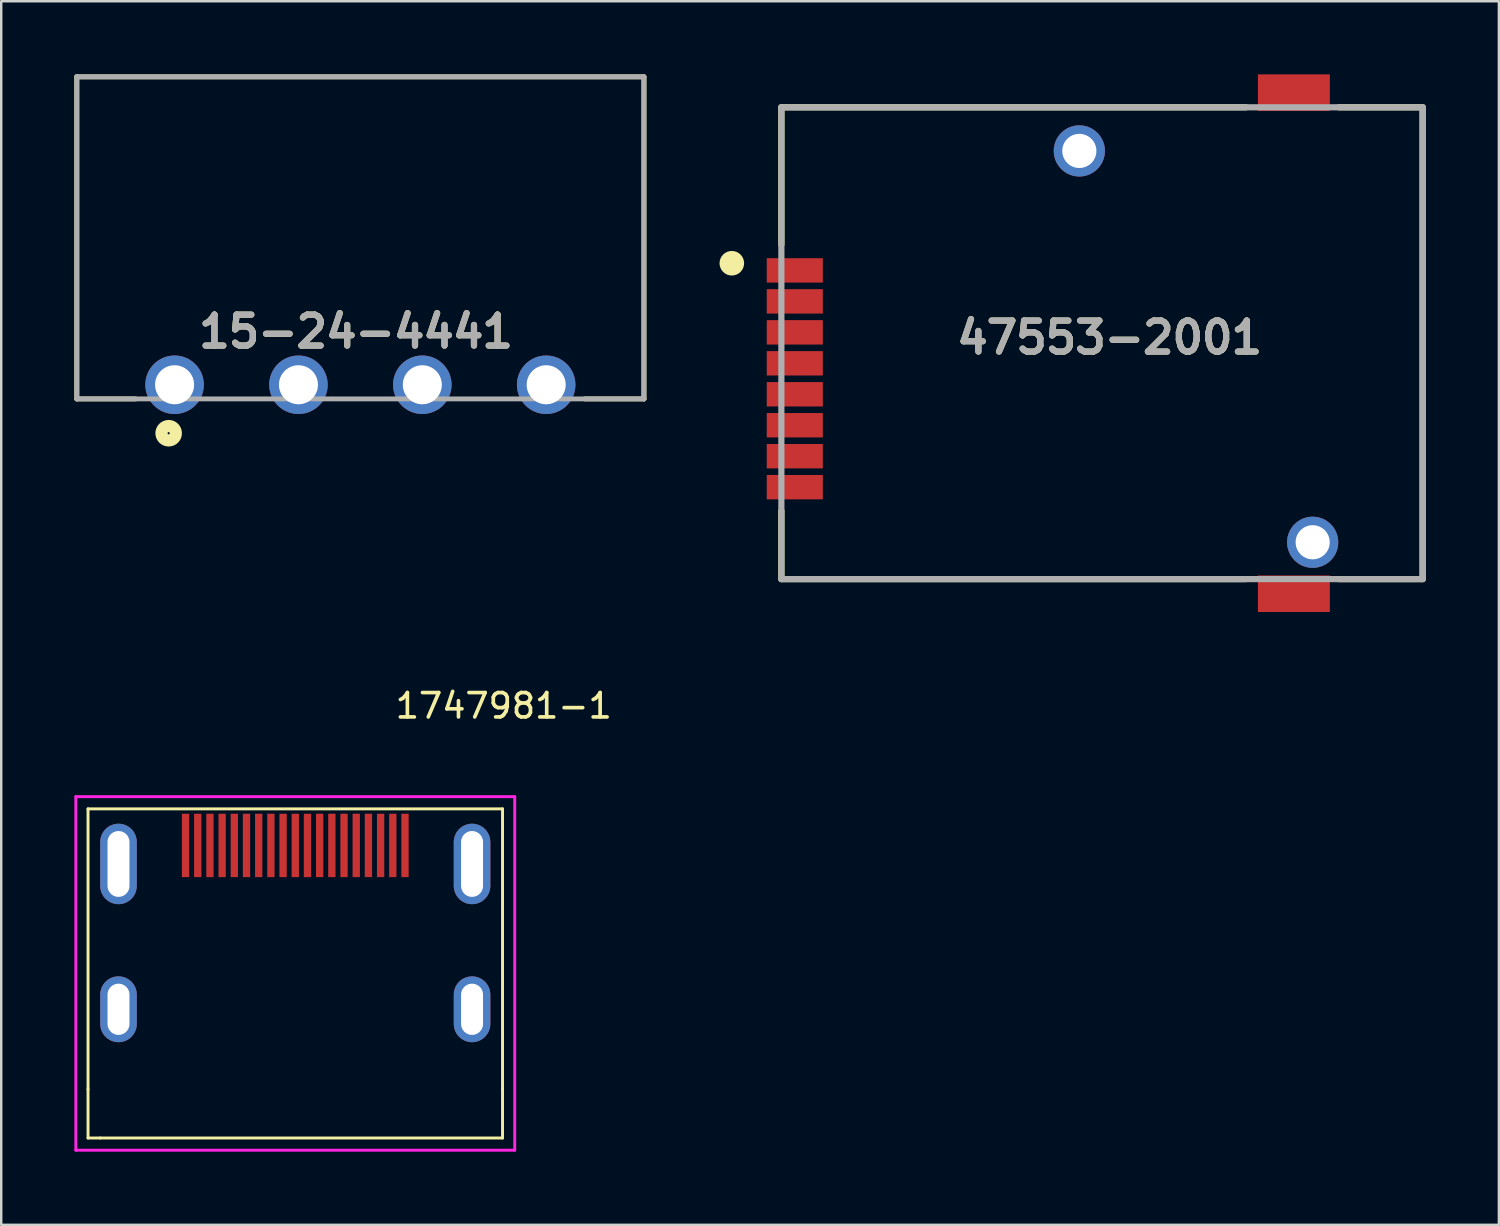
<source format=kicad_pcb>
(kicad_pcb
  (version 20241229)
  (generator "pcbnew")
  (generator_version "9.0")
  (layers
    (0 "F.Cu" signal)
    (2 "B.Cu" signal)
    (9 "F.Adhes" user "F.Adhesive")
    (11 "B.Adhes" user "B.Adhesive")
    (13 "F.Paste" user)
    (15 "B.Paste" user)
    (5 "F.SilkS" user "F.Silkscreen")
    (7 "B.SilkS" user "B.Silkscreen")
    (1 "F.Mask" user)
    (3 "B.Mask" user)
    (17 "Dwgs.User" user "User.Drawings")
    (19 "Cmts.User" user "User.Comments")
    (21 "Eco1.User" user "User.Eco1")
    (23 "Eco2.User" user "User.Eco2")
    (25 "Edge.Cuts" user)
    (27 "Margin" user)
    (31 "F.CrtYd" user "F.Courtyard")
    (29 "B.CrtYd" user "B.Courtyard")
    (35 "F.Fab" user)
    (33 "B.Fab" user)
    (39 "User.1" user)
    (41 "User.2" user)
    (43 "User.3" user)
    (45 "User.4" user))
  (footprint "15-24-4441"
    (layer "F.Cu")
    (at 11.73 12.73)
    (property "Reference" "15-24-4441" (at -0.179 -2.181 0) (layer "F.SilkS") (effects (font (size 1.27 1.27) (thickness 0.254))))
    (attr through_hole)
    (fp_line (start -11.63 -12.63) (end 11.63 -12.63) (stroke (width 0.2) (type solid)) (layer "F.SilkS"))
    (fp_line (start -11.63 0.58) (end -11.63 -12.63) (stroke (width 0.2) (type solid)) (layer "F.SilkS"))
    (fp_line (start -11.63 0.58) (end -9.22 0.58) (stroke (width 0.2) (type solid)) (layer "F.SilkS"))
    (fp_line (start 11.63 -12.63) (end 11.63 0.58) (stroke (width 0.2) (type solid)) (layer "F.SilkS"))
    (fp_line (start 11.63 0.58) (end 9.2 0.58) (stroke (width 0.2) (type solid)) (layer "F.SilkS"))
    (fp_circle (center -7.863 1.988) (end -7.863 2.283) (stroke (width 0.5) (type solid)) (fill no) (layer "F.SilkS"))
    (fp_line (start -11.63 -12.63) (end 11.63 -12.63) (stroke (width 0.2) (type solid)) (layer "F.Fab"))
    (fp_line (start -11.63 0.58) (end -11.63 -12.63) (stroke (width 0.2) (type solid)) (layer "F.Fab"))
    (fp_line (start 11.63 -12.63) (end 11.63 0.58) (stroke (width 0.2) (type solid)) (layer "F.Fab"))
    (fp_line (start 11.63 0.58) (end -11.63 0.58) (stroke (width 0.2) (type solid)) (layer "F.Fab"))
    (fp_text user "${REFERENCE}" (at -0.179 -2.181 0) (layer "F.Fab") (effects (font (size 1.27 1.27) (thickness 0.254))))
    (pad "" np_thru_hole circle (at -10.16 -2.54) (size 0.001 0.001) (drill 2.59) (layers "*.Cu" "*.Mask"))
    (pad "" np_thru_hole circle (at -5.08 -10.16) (size 0.001 0.001) (drill 3.99) (layers "*.Cu" "*.Mask"))
    (pad "" np_thru_hole circle (at 5.08 -10.16) (size 0.001 0.001) (drill 3.99) (layers "*.Cu" "*.Mask"))
    (pad "" np_thru_hole circle (at 10.16 -2.54) (size 0.001 0.001) (drill 2.59) (layers "*.Cu" "*.Mask"))
    (pad "1" thru_hole circle (at -7.62 0) (size 2.4 2.4) (drill 1.6) (layers "*.Cu" "*.Mask"))
    (pad "2" thru_hole circle (at -2.54 0) (size 2.4 2.4) (drill 1.6) (layers "*.Cu" "*.Mask"))
    (pad "3" thru_hole circle (at 2.54 0) (size 2.4 2.4) (drill 1.6) (layers "*.Cu" "*.Mask"))
    (pad "4" thru_hole circle (at 7.62 0) (size 2.4 2.4) (drill 1.6) (layers "*.Cu" "*.Mask")))
  (footprint "47553-2001"
    (layer "F.Cu")
    (at 28.996 20.7)
    (property "Reference" "47553-2001" (at 13.462 -9.906 0) (layer "F.SilkS") (effects (font (size 1.27 1.27) (thickness 0.254))))
    (attr through_hole)
    (fp_line (start 0 -19.35) (end 0 -13.716) (stroke (width 0.254) (type solid)) (layer "F.SilkS"))
    (fp_line (start 0 -19.35) (end 19.05 -19.35) (stroke (width 0.254) (type solid)) (layer "F.SilkS"))
    (fp_line (start 0 0) (end 0 -2.794) (stroke (width 0.254) (type solid)) (layer "F.SilkS"))
    (fp_line (start 0 0) (end 19.05 0) (stroke (width 0.254) (type solid)) (layer "F.SilkS"))
    (fp_line (start 26.3 -19.35) (end 22.86 -19.35) (stroke (width 0.254) (type solid)) (layer "F.SilkS"))
    (fp_line (start 26.3 0) (end 22.86 0) (stroke (width 0.254) (type solid)) (layer "F.SilkS"))
    (fp_line (start 26.3 0) (end 26.3 -19.35) (stroke (width 0.254) (type solid)) (layer "F.SilkS"))
    (fp_circle (center -2.032 -12.954) (end -2.032 -12.7) (stroke (width 0.5) (type solid)) (fill no) (layer "F.SilkS"))
    (fp_line (start 0 -19.35) (end 26.3 -19.35) (stroke (width 0.254) (type solid)) (layer "F.Fab"))
    (fp_line (start 0 0) (end 0 -19.35) (stroke (width 0.254) (type solid)) (layer "F.Fab"))
    (fp_line (start 26.3 -19.35) (end 26.3 0) (stroke (width 0.254) (type solid)) (layer "F.Fab"))
    (fp_line (start 26.3 0) (end 0 0) (stroke (width 0.254) (type solid)) (layer "F.Fab"))
    (fp_text user "${REFERENCE}" (at 13.462 -9.906 0) (layer "F.Fab") (effects (font (size 1.27 1.27) (thickness 0.254))))
    (pad "1" smd rect (at 0.55 -12.66 90) (size 1 2.3) (layers "F.Cu" "F.Mask" "F.Paste"))
    (pad "2" smd rect (at 0.55 -10.12 90) (size 1 2.3) (layers "F.Cu" "F.Mask" "F.Paste"))
    (pad "3" smd rect (at 0.55 -7.58 90) (size 1 2.3) (layers "F.Cu" "F.Mask" "F.Paste"))
    (pad "4" smd rect (at 0.55 -11.39 90) (size 1 2.3) (layers "F.Cu" "F.Mask" "F.Paste"))
    (pad "5" smd rect (at 0.55 -8.85 90) (size 1 2.3) (layers "F.Cu" "F.Mask" "F.Paste"))
    (pad "6" smd rect (at 0.55 -6.31 90) (size 1 2.3) (layers "F.Cu" "F.Mask" "F.Paste"))
    (pad "7" smd rect (at 0.55 -5.04 90) (size 1 2.3) (layers "F.Cu" "F.Mask" "F.Paste"))
    (pad "8" smd rect (at 0.55 -3.77 90) (size 1 2.3) (layers "F.Cu" "F.Mask" "F.Paste"))
    (pad "9" smd rect (at 21.02 0.6 90) (size 1.5 2.95) (layers "F.Cu" "F.Mask" "F.Paste"))
    (pad "10" smd rect (at 21.02 -19.95 90) (size 1.5 2.95) (layers "F.Cu" "F.Mask" "F.Paste"))
    (pad "11" thru_hole circle (at 12.22 -17.56) (size 2.1 2.1) (drill 1.4) (layers "*.Cu" "*.Mask"))
    (pad "12" thru_hole circle (at 21.79 -1.51) (size 2.1 2.1) (drill 1.4) (layers "*.Cu" "*.Mask")))
  (footprint "1747981-1"
    (layer "F.Cu")
    (at 9.06 31.623)
    (property "Reference" "1747981-1" (at 8.55 -5.725 0) (layer "F.SilkS") (effects (font (size 1 1) (thickness 0.15))))
    (attr through_hole)
    (fp_line (start -8.5 -1.5) (end 8.5 -1.5) (stroke (width 0.12) (type solid)) (layer "F.SilkS"))
    (fp_line (start -8.5 10) (end -8.5 -1.5) (stroke (width 0.12) (type solid)) (layer "F.SilkS"))
    (fp_line (start -8.5 10) (end -8.5 12) (stroke (width 0.12) (type solid)) (layer "F.SilkS"))
    (fp_line (start -8 12) (end -8.5 12) (stroke (width 0.12) (type solid)) (layer "F.SilkS"))
    (fp_line (start 8.5 -1.5) (end 8.5 10) (stroke (width 0.12) (type solid)) (layer "F.SilkS"))
    (fp_line (start 8.5 10) (end 8.5 12) (stroke (width 0.12) (type solid)) (layer "F.SilkS"))
    (fp_line (start 8.5 12) (end -8 12) (stroke (width 0.12) (type solid)) (layer "F.SilkS"))
    (fp_line (start -9 -2) (end 9 -2) (stroke (width 0.12) (type solid)) (layer "F.CrtYd"))
    (fp_line (start -9 12.5) (end -9 -2) (stroke (width 0.12) (type solid)) (layer "F.CrtYd"))
    (fp_line (start 9 -2) (end 9 12.5) (stroke (width 0.12) (type solid)) (layer "F.CrtYd"))
    (fp_line (start 9 12.5) (end -9 12.5) (stroke (width 0.12) (type solid)) (layer "F.CrtYd"))
    (pad "1" smd rect (at 4.5 0) (size 0.3 2.6) (layers "F.Cu" "F.Mask" "F.Paste"))
    (pad "2" smd rect (at 4 0) (size 0.3 2.6) (layers "F.Cu" "F.Mask" "F.Paste"))
    (pad "3" smd rect (at 3.5 0) (size 0.3 2.6) (layers "F.Cu" "F.Mask" "F.Paste"))
    (pad "4" smd rect (at 3 0) (size 0.3 2.6) (layers "F.Cu" "F.Mask" "F.Paste"))
    (pad "5" smd rect (at 2.5 0) (size 0.3 2.6) (layers "F.Cu" "F.Mask" "F.Paste"))
    (pad "6" smd rect (at 2 0) (size 0.3 2.6) (layers "F.Cu" "F.Mask" "F.Paste"))
    (pad "7" smd rect (at 1.5 0) (size 0.3 2.6) (layers "F.Cu" "F.Mask" "F.Paste"))
    (pad "8" smd rect (at 1 0) (size 0.3 2.6) (layers "F.Cu" "F.Mask" "F.Paste"))
    (pad "9" smd rect (at 0.5 0) (size 0.3 2.6) (layers "F.Cu" "F.Mask" "F.Paste"))
    (pad "10" smd rect (at 0 0) (size 0.3 2.6) (layers "F.Cu" "F.Mask" "F.Paste"))
    (pad "11" smd rect (at -0.5 0) (size 0.3 2.6) (layers "F.Cu" "F.Mask" "F.Paste"))
    (pad "12" smd rect (at -1 0) (size 0.3 2.6) (layers "F.Cu" "F.Mask" "F.Paste"))
    (pad "13" smd rect (at -1.5 0) (size 0.3 2.6) (layers "F.Cu" "F.Mask" "F.Paste"))
    (pad "14" smd rect (at -2 0) (size 0.3 2.6) (layers "F.Cu" "F.Mask" "F.Paste"))
    (pad "15" smd rect (at -2.5 0) (size 0.3 2.6) (layers "F.Cu" "F.Mask" "F.Paste"))
    (pad "16" smd rect (at -3 0) (size 0.3 2.6) (layers "F.Cu" "F.Mask" "F.Paste"))
    (pad "17" smd rect (at -3.5 0) (size 0.3 2.6) (layers "F.Cu" "F.Mask" "F.Paste"))
    (pad "18" smd rect (at -4 0) (size 0.3 2.6) (layers "F.Cu" "F.Mask" "F.Paste"))
    (pad "19" smd rect (at -4.5 0) (size 0.3 2.6) (layers "F.Cu" "F.Mask" "F.Paste"))
    (pad "SH" thru_hole oval (at -7.25 0.76) (size 1.5 3.3) (drill oval 0.9 2.7) (layers "*.Cu" "*.Mask"))
    (pad "SH" thru_hole oval (at -7.25 6.72) (size 1.5 2.7) (drill oval 0.9 2.1) (layers "*.Cu" "*.Mask"))
    (pad "SH" thru_hole oval (at 7.25 0.76) (size 1.5 3.3) (drill oval 0.9 2.7) (layers "*.Cu" "*.Mask"))
    (pad "SH" thru_hole oval (at 7.25 6.72) (size 1.5 2.7) (drill oval 0.9 2.1) (layers "*.Cu" "*.Mask")))
  (gr_rect
    (start -3 -3)
    (end 58.423 47.183)
    (stroke (width 0.1) (type default))
    (fill no)
    (layer "Edge.Cuts")))
</source>
